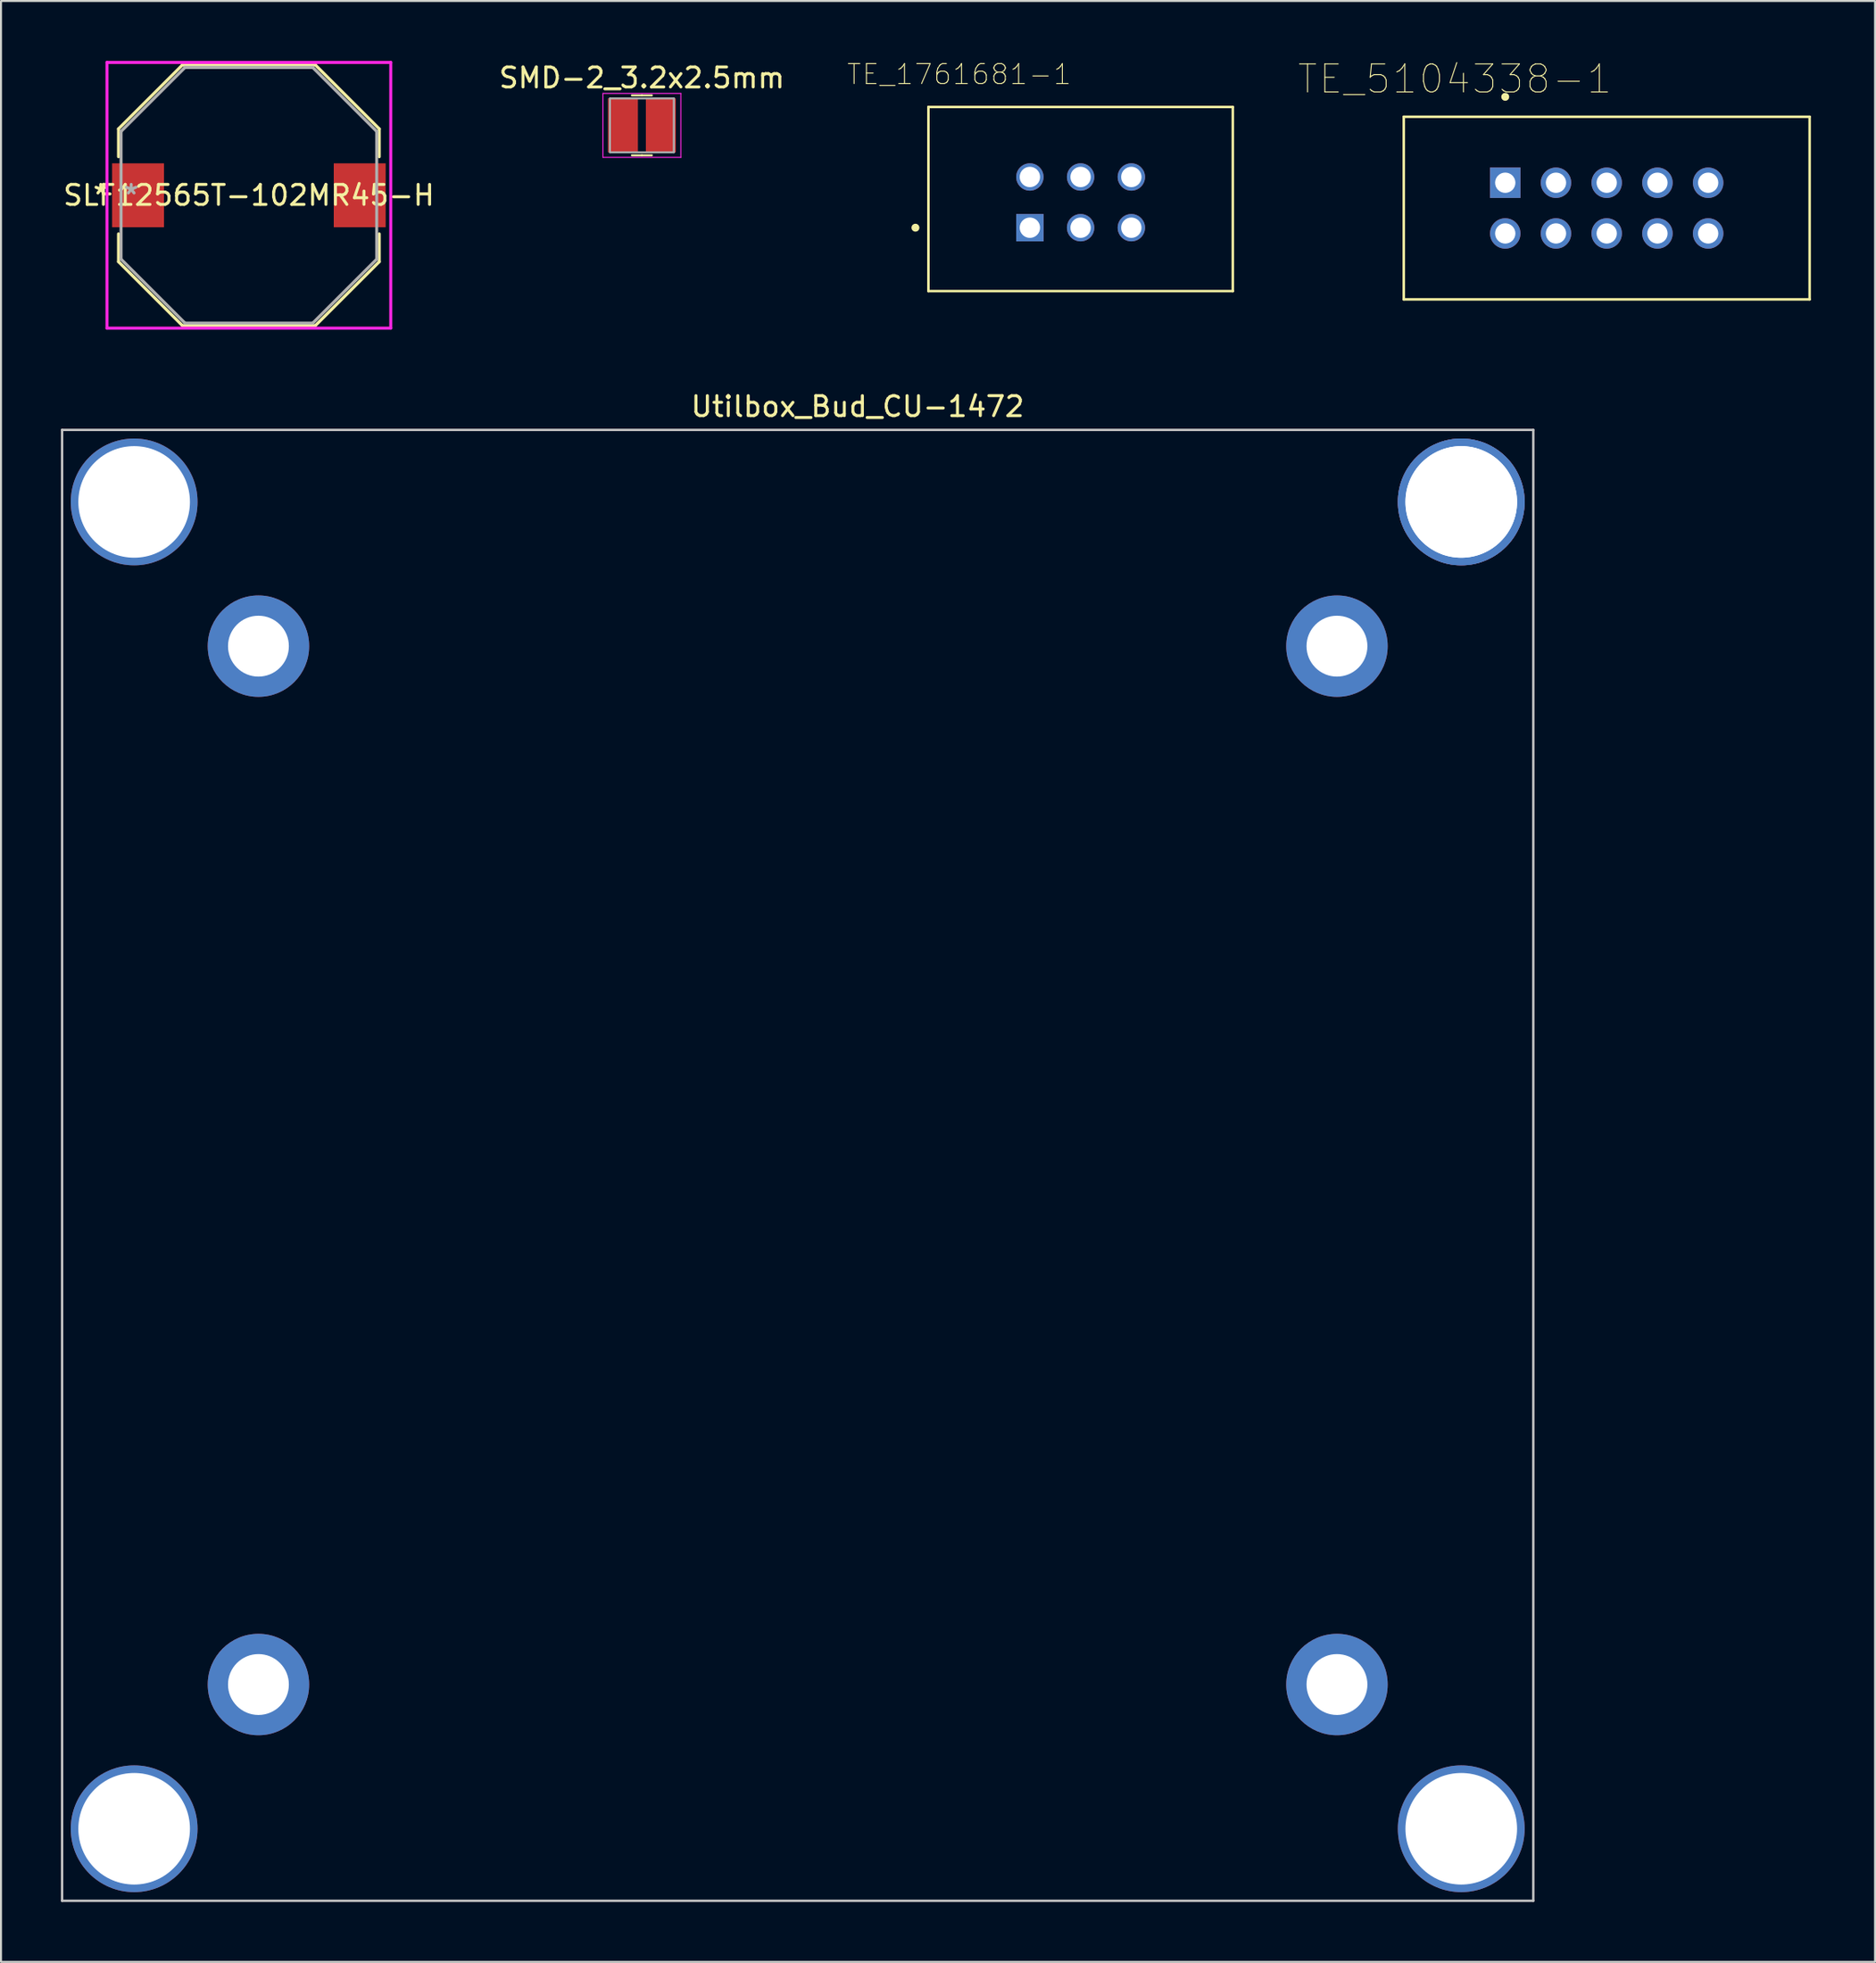
<source format=kicad_pcb>
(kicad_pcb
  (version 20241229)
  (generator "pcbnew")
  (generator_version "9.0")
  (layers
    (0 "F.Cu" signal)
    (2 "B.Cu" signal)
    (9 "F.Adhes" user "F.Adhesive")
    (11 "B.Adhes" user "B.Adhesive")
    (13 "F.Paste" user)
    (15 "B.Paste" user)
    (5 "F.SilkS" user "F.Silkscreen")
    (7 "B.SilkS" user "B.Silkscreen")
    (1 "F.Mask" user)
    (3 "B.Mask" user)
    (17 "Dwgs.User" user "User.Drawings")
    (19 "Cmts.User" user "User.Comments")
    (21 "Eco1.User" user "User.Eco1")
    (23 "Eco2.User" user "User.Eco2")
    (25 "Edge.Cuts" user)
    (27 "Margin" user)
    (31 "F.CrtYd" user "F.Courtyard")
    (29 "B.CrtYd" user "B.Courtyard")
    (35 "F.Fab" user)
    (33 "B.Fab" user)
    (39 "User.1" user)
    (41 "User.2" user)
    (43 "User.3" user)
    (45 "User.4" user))
  (footprint "SMD-2_3.2x2.5mm"
    (layer "F.Cu")
    (at 29.089 3.228)
    (property "Reference" "SMD-2_3.2x2.5mm" (at 0 -2.38 0) (layer "F.SilkS") (effects (font (size 1 1) (thickness 0.15))))
    (attr smd)
    (fp_line (start -0.5 1.5) (end 0 1.5) (stroke (width 0.1) (type solid)) (layer "F.SilkS"))
    (fp_line (start 0 -1.5) (end -0.5 -1.5) (stroke (width 0.1) (type solid)) (layer "F.SilkS"))
    (fp_line (start 0 -1.5) (end 0.5 -1.5) (stroke (width 0.1) (type solid)) (layer "F.SilkS"))
    (fp_line (start 0 1.5) (end 0.5 1.5) (stroke (width 0.1) (type solid)) (layer "F.SilkS"))
    (fp_line (start -1.95 -1.6) (end -1.95 1.6) (stroke (width 0.05) (type solid)) (layer "F.CrtYd"))
    (fp_line (start 1.95 -1.6) (end -1.95 -1.6) (stroke (width 0.05) (type solid)) (layer "F.CrtYd"))
    (fp_line (start 1.95 -1.6) (end 1.95 1.6) (stroke (width 0.05) (type solid)) (layer "F.CrtYd"))
    (fp_line (start 1.95 1.6) (end -1.95 1.6) (stroke (width 0.05) (type solid)) (layer "F.CrtYd"))
    (fp_line (start -1.6 -1.35) (end -1.6 1.35) (stroke (width 0.1) (type solid)) (layer "F.Fab"))
    (fp_line (start -1.6 -1.35) (end 1.6 -1.35) (stroke (width 0.1) (type solid)) (layer "F.Fab"))
    (fp_line (start -1.6 1.35) (end 1.6 1.35) (stroke (width 0.1) (type solid)) (layer "F.Fab"))
    (fp_line (start 1.6 -1.35) (end 1.6 1.35) (stroke (width 0.1) (type solid)) (layer "F.Fab"))
    (pad "1" smd rect (at -0.95 0) (size 1.5 2.7) (layers "F.Cu" "F.Mask" "F.Paste"))
    (pad "2" smd rect (at 0.95 0) (size 1.5 2.7) (layers "F.Cu" "F.Mask" "F.Paste")))
  (footprint "SLF12565T-102MR45-H"
    (layer "F.Cu")
    (at 9.411 6.73)
    (property "Reference" "SLF12565T-102MR45-H" (at 0 0 0) (layer "F.SilkS") (effects (font (size 1 1) (thickness 0.15))))
    (attr through_hole)
    (fp_line (start -6.527 -3.327) (end -6.527 -1.933) (stroke (width 0.152) (type solid)) (layer "F.SilkS"))
    (fp_line (start -6.527 1.933) (end -6.527 3.327) (stroke (width 0.152) (type solid)) (layer "F.SilkS"))
    (fp_line (start -6.527 3.327) (end -3.327 6.527) (stroke (width 0.152) (type solid)) (layer "F.SilkS"))
    (fp_line (start -3.327 -6.527) (end -6.527 -3.327) (stroke (width 0.152) (type solid)) (layer "F.SilkS"))
    (fp_line (start -3.327 6.527) (end 3.327 6.527) (stroke (width 0.152) (type solid)) (layer "F.SilkS"))
    (fp_line (start 3.327 -6.527) (end -3.327 -6.527) (stroke (width 0.152) (type solid)) (layer "F.SilkS"))
    (fp_line (start 3.327 6.527) (end 6.527 3.327) (stroke (width 0.152) (type solid)) (layer "F.SilkS"))
    (fp_line (start 6.527 -3.327) (end 3.327 -6.527) (stroke (width 0.152) (type solid)) (layer "F.SilkS"))
    (fp_line (start 6.527 -1.933) (end 6.527 -3.327) (stroke (width 0.152) (type solid)) (layer "F.SilkS"))
    (fp_line (start 6.527 3.327) (end 6.527 1.933) (stroke (width 0.152) (type solid)) (layer "F.SilkS"))
    (fp_line (start -7.104 -6.654) (end 7.104 -6.654) (stroke (width 0.152) (type solid)) (layer "F.CrtYd"))
    (fp_line (start -7.104 6.654) (end -7.104 -6.654) (stroke (width 0.152) (type solid)) (layer "F.CrtYd"))
    (fp_line (start 7.104 -6.654) (end 7.104 6.654) (stroke (width 0.152) (type solid)) (layer "F.CrtYd"))
    (fp_line (start 7.104 6.654) (end -7.104 6.654) (stroke (width 0.152) (type solid)) (layer "F.CrtYd"))
    (fp_line (start -6.4 -3.2) (end -6.4 3.2) (stroke (width 0.152) (type solid)) (layer "F.Fab"))
    (fp_line (start -6.4 3.2) (end -3.2 6.4) (stroke (width 0.152) (type solid)) (layer "F.Fab"))
    (fp_line (start -3.2 -6.4) (end -6.4 -3.2) (stroke (width 0.152) (type solid)) (layer "F.Fab"))
    (fp_line (start -3.2 6.4) (end 3.2 6.4) (stroke (width 0.152) (type solid)) (layer "F.Fab"))
    (fp_line (start 3.2 -6.4) (end -3.2 -6.4) (stroke (width 0.152) (type solid)) (layer "F.Fab"))
    (fp_line (start 3.2 6.4) (end 6.4 3.2) (stroke (width 0.152) (type solid)) (layer "F.Fab"))
    (fp_line (start 6.4 -3.2) (end 3.2 -6.4) (stroke (width 0.152) (type solid)) (layer "F.Fab"))
    (fp_line (start 6.4 3.2) (end 6.4 -3.2) (stroke (width 0.152) (type solid)) (layer "F.Fab"))
    (fp_text user "*" (at -7.416 0 0) (layer "F.SilkS") (effects (font (size 1 1) (thickness 0.15))))
    (fp_text user "Copyright 2016 Accelerated Designs. All rights reserved." (at 0 0 0) (layer "Cmts.User") (effects (font (size 0.127 0.127) (thickness 0.002))))
    (fp_text user "*" (at -5.892 0 0) (layer "F.Fab") (effects (font (size 1 1) (thickness 0.15))))
    (pad "1" smd rect (at -5.55 0) (size 2.6 3.2) (layers "F.Cu" "F.Mask" "F.Paste"))
    (pad "2" smd rect (at 5.55 0) (size 2.6 3.2) (layers "F.Cu" "F.Mask" "F.Paste")))
  (footprint "Utilbox_Bud_CU-1472"
    (layer "F.Cu")
    (at 36.89 55.309)
    (property "Reference" "Utilbox_Bud_CU-1472" (at 3 -38 0) (layer "F.SilkS") (effects (font (size 1 1) (thickness 0.15))))
    (attr through_hole)
    (fp_line (start -36.83 -36.83) (end 36.83 -36.83) (stroke (width 0.12) (type solid)) (layer "Dwgs.User"))
    (fp_line (start -36.83 36.83) (end -36.83 -36.83) (stroke (width 0.12) (type solid)) (layer "Dwgs.User"))
    (fp_line (start 36.83 -36.83) (end 36.83 36.83) (stroke (width 0.12) (type solid)) (layer "Dwgs.User"))
    (fp_line (start 36.83 36.83) (end -36.83 36.83) (stroke (width 0.12) (type solid)) (layer "Dwgs.User"))
    (pad "1" thru_hole circle (at -33.223 -33.223) (size 6.35 6.35) (drill 5.588) (layers "*.Cu" "*.Mask"))
    (pad "2" thru_hole circle (at 33.223 -33.223) (size 6.35 6.35) (drill 5.588) (layers "*.Cu" "*.Mask"))
    (pad "3" thru_hole circle (at 33.223 -33.223) (size 6.35 6.35) (drill 5.588) (layers "*.Cu" "*.Mask"))
    (pad "3" thru_hole circle (at 33.223 33.223) (size 6.35 6.35) (drill 5.588) (layers "*.Cu" "*.Mask"))
    (pad "4" thru_hole circle (at -33.223 33.223) (size 6.35 6.35) (drill 5.588) (layers "*.Cu" "*.Mask"))
    (pad "a" thru_hole circle (at -27 -26) (size 5.08 5.08) (drill 3.048) (layers "*.Cu" "*.Mask"))
    (pad "b" thru_hole circle (at 27 -26) (size 5.08 5.08) (drill 3.048) (layers "*.Cu" "*.Mask"))
    (pad "c" thru_hole circle (at 27 26) (size 5.08 5.08) (drill 3.048) (layers "*.Cu" "*.Mask"))
    (pad "d" thru_hole circle (at -27 26) (size 5.08 5.08) (drill 3.048) (layers "*.Cu" "*.Mask")))
  (footprint "TE_5104338-1"
    (layer "F.Cu")
    (at 77.396 7.371)
    (property "Reference" "TE_5104338-1" (at -7.607 -6.464 0) (layer "F.SilkS") (effects (font (size 1.401 1.401) (thickness 0.05))))
    (attr through_hole)
    (fp_line (start -10.16 -4.572) (end 10.16 -4.572) (stroke (width 0.127) (type solid)) (layer "F.SilkS"))
    (fp_line (start -10.16 4.572) (end -10.16 -4.572) (stroke (width 0.127) (type solid)) (layer "F.SilkS"))
    (fp_line (start 10.16 -4.572) (end 10.16 4.572) (stroke (width 0.127) (type solid)) (layer "F.SilkS"))
    (fp_line (start 10.16 4.572) (end -10.16 4.572) (stroke (width 0.127) (type solid)) (layer "F.SilkS"))
    (fp_circle (center -5.08 -5.572) (end -4.98 -5.572) (stroke (width 0.2) (type solid)) (fill no) (layer "F.SilkS"))
    (fp_line (start -10.41 -4.822) (end 10.41 -4.822) (stroke (width 0.05) (type solid)) (layer "Eco1.User"))
    (fp_line (start -10.41 4.822) (end -10.41 -4.822) (stroke (width 0.05) (type solid)) (layer "Eco1.User"))
    (fp_line (start 10.41 -4.822) (end 10.41 4.822) (stroke (width 0.05) (type solid)) (layer "Eco1.User"))
    (fp_line (start 10.41 4.822) (end -10.41 4.822) (stroke (width 0.05) (type solid)) (layer "Eco1.User"))
    (fp_line (start -10.16 -4.572) (end 10.16 -4.572) (stroke (width 0.127) (type solid)) (layer "Eco2.User"))
    (fp_line (start -10.16 4.572) (end -10.16 -4.572) (stroke (width 0.127) (type solid)) (layer "Eco2.User"))
    (fp_line (start 10.16 -4.572) (end 10.16 4.572) (stroke (width 0.127) (type solid)) (layer "Eco2.User"))
    (fp_line (start 10.16 4.572) (end -10.16 4.572) (stroke (width 0.127) (type solid)) (layer "Eco2.User"))
    (fp_circle (center -5.08 -5.572) (end -4.98 -5.572) (stroke (width 0.2) (type solid)) (fill no) (layer "Eco2.User"))
    (pad "1" thru_hole rect (at -5.08 -1.27) (size 1.524 1.524) (drill 1.016) (layers "*.Cu" "*.Mask"))
    (pad "2" thru_hole circle (at -2.54 -1.27) (size 1.524 1.524) (drill 1.016) (layers "*.Cu" "*.Mask"))
    (pad "3" thru_hole circle (at 0 -1.27) (size 1.524 1.524) (drill 1.016) (layers "*.Cu" "*.Mask"))
    (pad "4" thru_hole circle (at 2.54 -1.27) (size 1.524 1.524) (drill 1.016) (layers "*.Cu" "*.Mask"))
    (pad "5" thru_hole circle (at 5.08 -1.27) (size 1.524 1.524) (drill 1.016) (layers "*.Cu" "*.Mask"))
    (pad "6" thru_hole circle (at -5.08 1.27) (size 1.524 1.524) (drill 1.016) (layers "*.Cu" "*.Mask"))
    (pad "7" thru_hole circle (at -2.54 1.27) (size 1.524 1.524) (drill 1.016) (layers "*.Cu" "*.Mask"))
    (pad "8" thru_hole circle (at 0 1.27) (size 1.524 1.524) (drill 1.016) (layers "*.Cu" "*.Mask"))
    (pad "9" thru_hole circle (at 2.54 1.27) (size 1.524 1.524) (drill 1.016) (layers "*.Cu" "*.Mask"))
    (pad "10" thru_hole circle (at 5.08 1.27) (size 1.524 1.524) (drill 1.016) (layers "*.Cu" "*.Mask")))
  (footprint "TE_1761681-1"
    (layer "F.Cu")
    (at 48.515 8.353)
    (property "Reference" "TE_1761681-1" (at -3.54 -7.68 0) (layer "F.SilkS") (effects (font (size 1 1) (thickness 0.05))))
    (attr through_hole)
    (fp_line (start -5.08 3.175) (end -5.08 -6.045) (stroke (width 0.127) (type solid)) (layer "F.SilkS"))
    (fp_line (start 10.16 -6.045) (end -5.08 -6.045) (stroke (width 0.127) (type solid)) (layer "F.SilkS"))
    (fp_line (start 10.16 -6.045) (end 10.16 3.175) (stroke (width 0.127) (type solid)) (layer "F.SilkS"))
    (fp_line (start 10.16 3.175) (end -5.08 3.175) (stroke (width 0.127) (type solid)) (layer "F.SilkS"))
    (fp_circle (center -5.73 0) (end -5.63 0) (stroke (width 0.2) (type solid)) (fill no) (layer "F.SilkS"))
    (fp_line (start -5.33 -6.295) (end 10.41 -6.295) (stroke (width 0.05) (type solid)) (layer "Eco1.User"))
    (fp_line (start -5.33 3.425) (end -5.33 -6.295) (stroke (width 0.05) (type solid)) (layer "Eco1.User"))
    (fp_line (start 10.41 -6.295) (end 10.41 3.425) (stroke (width 0.05) (type solid)) (layer "Eco1.User"))
    (fp_line (start 10.41 3.425) (end -5.33 3.425) (stroke (width 0.05) (type solid)) (layer "Eco1.User"))
    (fp_line (start -5.08 -6.045) (end 10.16 -6.045) (stroke (width 0.127) (type solid)) (layer "Eco2.User"))
    (fp_line (start -5.08 -6.045) (end 10.16 -6.045) (stroke (width 0.127) (type solid)) (layer "Eco2.User"))
    (fp_line (start -5.08 3.175) (end -5.08 -6.045) (stroke (width 0.127) (type solid)) (layer "Eco2.User"))
    (fp_line (start -5.08 3.175) (end -5.08 -6.045) (stroke (width 0.127) (type solid)) (layer "Eco2.User"))
    (fp_line (start 10.16 -6.045) (end 10.16 3.175) (stroke (width 0.127) (type solid)) (layer "Eco2.User"))
    (fp_line (start 10.16 -6.045) (end 10.16 3.175) (stroke (width 0.127) (type solid)) (layer "Eco2.User"))
    (fp_line (start 10.16 3.175) (end -5.08 3.175) (stroke (width 0.127) (type solid)) (layer "Eco2.User"))
    (fp_circle (center -5.73 0) (end -5.63 0) (stroke (width 0.2) (type solid)) (fill no) (layer "Eco2.User"))
    (pad "1" thru_hole rect (at 0 0) (size 1.37 1.37) (drill 1.02) (layers "*.Cu" "*.Mask"))
    (pad "2" thru_hole circle (at 0 -2.54) (size 1.37 1.37) (drill 1.02) (layers "*.Cu" "*.Mask"))
    (pad "3" thru_hole circle (at 2.54 0) (size 1.37 1.37) (drill 1.02) (layers "*.Cu" "*.Mask"))
    (pad "4" thru_hole circle (at 2.54 -2.54) (size 1.37 1.37) (drill 1.02) (layers "*.Cu" "*.Mask"))
    (pad "5" thru_hole circle (at 5.08 0) (size 1.37 1.37) (drill 1.02) (layers "*.Cu" "*.Mask"))
    (pad "6" thru_hole circle (at 5.08 -2.54) (size 1.37 1.37) (drill 1.02) (layers "*.Cu" "*.Mask")))
  (gr_rect
    (start -3 -3)
    (end 90.831 95.199)
    (stroke (width 0.1) (type default))
    (fill no)
    (layer "Edge.Cuts")))
</source>
